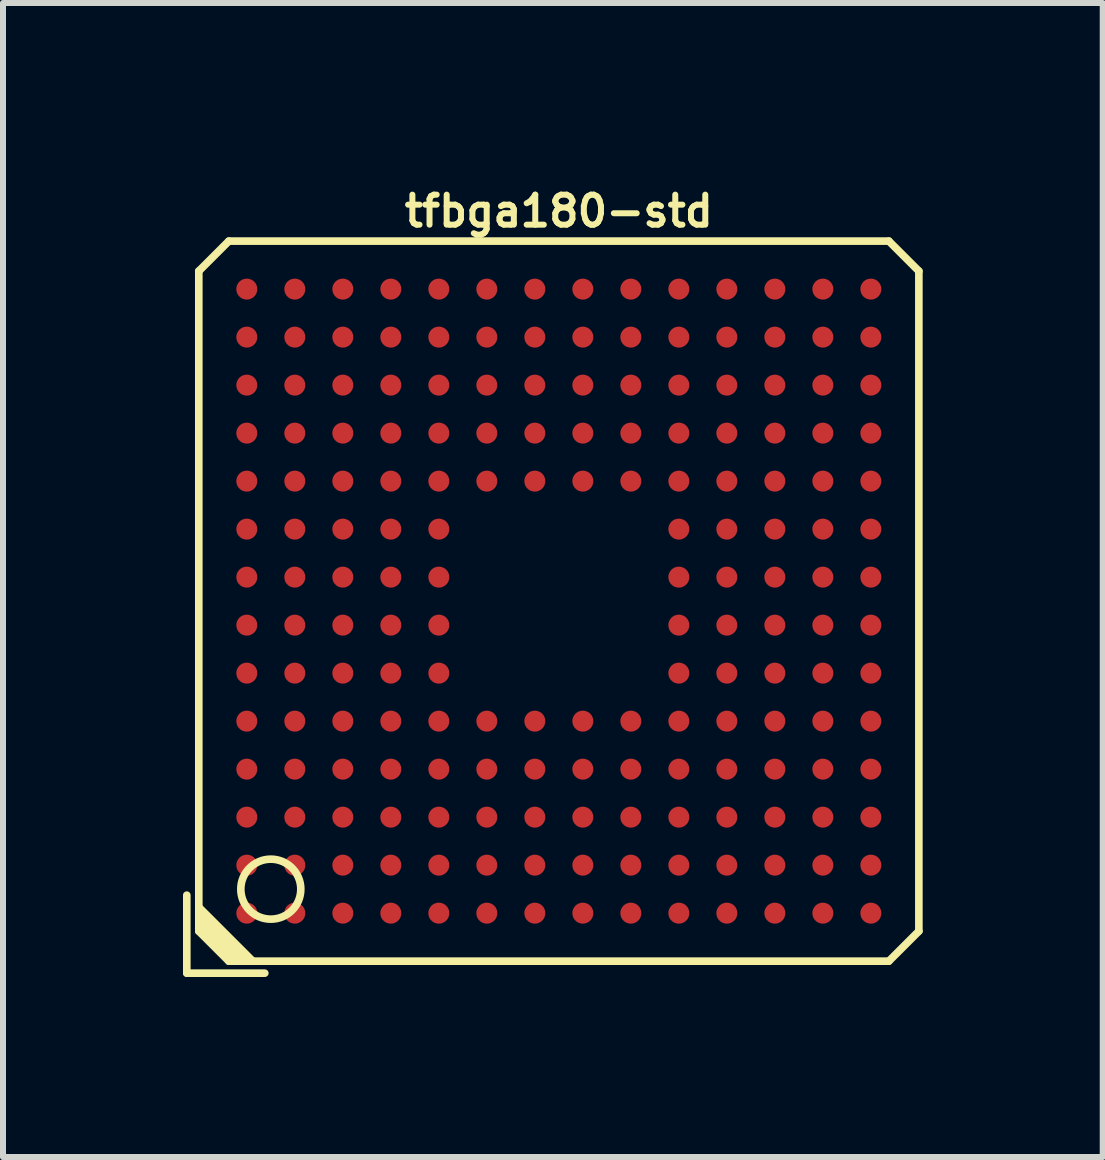
<source format=kicad_pcb>
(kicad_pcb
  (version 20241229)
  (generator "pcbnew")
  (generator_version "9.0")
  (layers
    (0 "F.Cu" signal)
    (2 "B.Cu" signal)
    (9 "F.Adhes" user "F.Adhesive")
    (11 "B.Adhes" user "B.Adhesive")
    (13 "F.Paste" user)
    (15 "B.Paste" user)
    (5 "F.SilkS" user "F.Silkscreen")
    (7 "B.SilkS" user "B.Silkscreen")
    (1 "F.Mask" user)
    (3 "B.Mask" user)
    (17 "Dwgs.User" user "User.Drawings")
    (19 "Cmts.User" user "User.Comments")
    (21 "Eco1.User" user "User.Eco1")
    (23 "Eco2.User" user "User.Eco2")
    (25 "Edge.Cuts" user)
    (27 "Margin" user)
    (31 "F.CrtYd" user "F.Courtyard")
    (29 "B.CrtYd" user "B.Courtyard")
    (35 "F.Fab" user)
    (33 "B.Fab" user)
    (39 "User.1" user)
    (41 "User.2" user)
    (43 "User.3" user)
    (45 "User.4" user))
  (footprint "tfbga180-std"
    (layer "F.Cu")
    (at 6.263 6.968)
    (property "Reference" "tfbga180-std" (at 0 -6.5 0) (layer "F.SilkS") (effects (font (size 0.5 0.5) (thickness 0.1))))
    (attr through_hole)
    (fp_line (start -6.2 4.9) (end -6.2 6.2) (stroke (width 0.127) (type solid)) (layer "F.SilkS"))
    (fp_line (start -6.2 6.2) (end -4.9 6.2) (stroke (width 0.127) (type solid)) (layer "F.SilkS"))
    (fp_line (start -6 -5.5) (end -5.5 -6) (stroke (width 0.127) (type solid)) (layer "F.SilkS"))
    (fp_line (start -6 5.2) (end -5.2 6) (stroke (width 0.127) (type solid)) (layer "F.SilkS"))
    (fp_line (start -6 5.4) (end -5.4 6) (stroke (width 0.127) (type solid)) (layer "F.SilkS"))
    (fp_line (start -6 5.5) (end -6 -5.5) (stroke (width 0.127) (type solid)) (layer "F.SilkS"))
    (fp_line (start -5.5 -6) (end 5.5 -6) (stroke (width 0.127) (type solid)) (layer "F.SilkS"))
    (fp_line (start -5.5 6) (end -6 5.5) (stroke (width 0.127) (type solid)) (layer "F.SilkS"))
    (fp_line (start -5.3 6) (end -6 5.3) (stroke (width 0.127) (type solid)) (layer "F.SilkS"))
    (fp_line (start -5.1 6) (end -6 5.1) (stroke (width 0.127) (type solid)) (layer "F.SilkS"))
    (fp_line (start 5.5 -6) (end 6 -5.5) (stroke (width 0.127) (type solid)) (layer "F.SilkS"))
    (fp_line (start 5.5 6) (end -5.5 6) (stroke (width 0.127) (type solid)) (layer "F.SilkS"))
    (fp_line (start 6 -5.5) (end 6 5.5) (stroke (width 0.127) (type solid)) (layer "F.SilkS"))
    (fp_line (start 6 5.5) (end 5.5 6) (stroke (width 0.127) (type solid)) (layer "F.SilkS"))
    (fp_circle (center -4.8 4.8) (end -5.2 5.1) (stroke (width 0.127) (type solid)) (fill no) (layer "F.SilkS"))
    (pad "A1" smd circle (at -5.2 5.2) (size 0.35 0.35) (layers "F.Cu" "F.Mask" "F.Paste"))
    (pad "A2" smd circle (at -5.2 4.4) (size 0.35 0.35) (layers "F.Cu" "F.Mask" "F.Paste"))
    (pad "A3" smd circle (at -5.2 3.6) (size 0.35 0.35) (layers "F.Cu" "F.Mask" "F.Paste"))
    (pad "A4" smd circle (at -5.2 2.8) (size 0.35 0.35) (layers "F.Cu" "F.Mask" "F.Paste"))
    (pad "A5" smd circle (at -5.2 2) (size 0.35 0.35) (layers "F.Cu" "F.Mask" "F.Paste"))
    (pad "A6" smd circle (at -5.2 1.2) (size 0.35 0.35) (layers "F.Cu" "F.Mask" "F.Paste"))
    (pad "A7" smd circle (at -5.2 0.4) (size 0.35 0.35) (layers "F.Cu" "F.Mask" "F.Paste"))
    (pad "A8" smd circle (at -5.2 -0.4) (size 0.35 0.35) (layers "F.Cu" "F.Mask" "F.Paste"))
    (pad "A9" smd circle (at -5.2 -1.2) (size 0.35 0.35) (layers "F.Cu" "F.Mask" "F.Paste"))
    (pad "A10" smd circle (at -5.2 -2) (size 0.35 0.35) (layers "F.Cu" "F.Mask" "F.Paste"))
    (pad "A11" smd circle (at -5.2 -2.8) (size 0.35 0.35) (layers "F.Cu" "F.Mask" "F.Paste"))
    (pad "A12" smd circle (at -5.2 -3.6) (size 0.35 0.35) (layers "F.Cu" "F.Mask" "F.Paste"))
    (pad "A13" smd circle (at -5.2 -4.4) (size 0.35 0.35) (layers "F.Cu" "F.Mask" "F.Paste"))
    (pad "A14" smd circle (at -5.2 -5.2) (size 0.35 0.35) (layers "F.Cu" "F.Mask" "F.Paste"))
    (pad "B1" smd circle (at -4.4 5.2) (size 0.35 0.35) (layers "F.Cu" "F.Mask" "F.Paste"))
    (pad "B2" smd circle (at -4.4 4.4) (size 0.35 0.35) (layers "F.Cu" "F.Mask" "F.Paste"))
    (pad "B3" smd circle (at -4.4 3.6) (size 0.35 0.35) (layers "F.Cu" "F.Mask" "F.Paste"))
    (pad "B4" smd circle (at -4.4 2.8) (size 0.35 0.35) (layers "F.Cu" "F.Mask" "F.Paste"))
    (pad "B5" smd circle (at -4.4 2) (size 0.35 0.35) (layers "F.Cu" "F.Mask" "F.Paste"))
    (pad "B6" smd circle (at -4.4 1.2) (size 0.35 0.35) (layers "F.Cu" "F.Mask" "F.Paste"))
    (pad "B7" smd circle (at -4.4 0.4) (size 0.35 0.35) (layers "F.Cu" "F.Mask" "F.Paste"))
    (pad "B8" smd circle (at -4.4 -0.4) (size 0.35 0.35) (layers "F.Cu" "F.Mask" "F.Paste"))
    (pad "B9" smd circle (at -4.4 -1.2) (size 0.35 0.35) (layers "F.Cu" "F.Mask" "F.Paste"))
    (pad "B10" smd circle (at -4.4 -2) (size 0.35 0.35) (layers "F.Cu" "F.Mask" "F.Paste"))
    (pad "B11" smd circle (at -4.4 -2.8) (size 0.35 0.35) (layers "F.Cu" "F.Mask" "F.Paste"))
    (pad "B12" smd circle (at -4.4 -3.6) (size 0.35 0.35) (layers "F.Cu" "F.Mask" "F.Paste"))
    (pad "B13" smd circle (at -4.4 -4.4) (size 0.35 0.35) (layers "F.Cu" "F.Mask" "F.Paste"))
    (pad "B14" smd circle (at -4.4 -5.2) (size 0.35 0.35) (layers "F.Cu" "F.Mask" "F.Paste"))
    (pad "C1" smd circle (at -3.6 5.2) (size 0.35 0.35) (layers "F.Cu" "F.Mask" "F.Paste"))
    (pad "C2" smd circle (at -3.6 4.4) (size 0.35 0.35) (layers "F.Cu" "F.Mask" "F.Paste"))
    (pad "C3" smd circle (at -3.6 3.6) (size 0.35 0.35) (layers "F.Cu" "F.Mask" "F.Paste"))
    (pad "C4" smd circle (at -3.6 2.8) (size 0.35 0.35) (layers "F.Cu" "F.Mask" "F.Paste"))
    (pad "C5" smd circle (at -3.6 2) (size 0.35 0.35) (layers "F.Cu" "F.Mask" "F.Paste"))
    (pad "C6" smd circle (at -3.6 1.2) (size 0.35 0.35) (layers "F.Cu" "F.Mask" "F.Paste"))
    (pad "C7" smd circle (at -3.6 0.4) (size 0.35 0.35) (layers "F.Cu" "F.Mask" "F.Paste"))
    (pad "C8" smd circle (at -3.6 -0.4) (size 0.35 0.35) (layers "F.Cu" "F.Mask" "F.Paste"))
    (pad "C9" smd circle (at -3.6 -1.2) (size 0.35 0.35) (layers "F.Cu" "F.Mask" "F.Paste"))
    (pad "C10" smd circle (at -3.6 -2) (size 0.35 0.35) (layers "F.Cu" "F.Mask" "F.Paste"))
    (pad "C11" smd circle (at -3.6 -2.8) (size 0.35 0.35) (layers "F.Cu" "F.Mask" "F.Paste"))
    (pad "C12" smd circle (at -3.6 -3.6) (size 0.35 0.35) (layers "F.Cu" "F.Mask" "F.Paste"))
    (pad "C13" smd circle (at -3.6 -4.4) (size 0.35 0.35) (layers "F.Cu" "F.Mask" "F.Paste"))
    (pad "C14" smd circle (at -3.6 -5.2) (size 0.35 0.35) (layers "F.Cu" "F.Mask" "F.Paste"))
    (pad "D1" smd circle (at -2.8 5.2) (size 0.35 0.35) (layers "F.Cu" "F.Mask" "F.Paste"))
    (pad "D2" smd circle (at -2.8 4.4) (size 0.35 0.35) (layers "F.Cu" "F.Mask" "F.Paste"))
    (pad "D3" smd circle (at -2.8 3.6) (size 0.35 0.35) (layers "F.Cu" "F.Mask" "F.Paste"))
    (pad "D4" smd circle (at -2.8 2.8) (size 0.35 0.35) (layers "F.Cu" "F.Mask" "F.Paste"))
    (pad "D5" smd circle (at -2.8 2) (size 0.35 0.35) (layers "F.Cu" "F.Mask" "F.Paste"))
    (pad "D6" smd circle (at -2.8 1.2) (size 0.35 0.35) (layers "F.Cu" "F.Mask" "F.Paste"))
    (pad "D7" smd circle (at -2.8 0.4) (size 0.35 0.35) (layers "F.Cu" "F.Mask" "F.Paste"))
    (pad "D8" smd circle (at -2.8 -0.4) (size 0.35 0.35) (layers "F.Cu" "F.Mask" "F.Paste"))
    (pad "D9" smd circle (at -2.8 -1.2) (size 0.35 0.35) (layers "F.Cu" "F.Mask" "F.Paste"))
    (pad "D10" smd circle (at -2.8 -2) (size 0.35 0.35) (layers "F.Cu" "F.Mask" "F.Paste"))
    (pad "D11" smd circle (at -2.8 -2.8) (size 0.35 0.35) (layers "F.Cu" "F.Mask" "F.Paste"))
    (pad "D12" smd circle (at -2.8 -3.6) (size 0.35 0.35) (layers "F.Cu" "F.Mask" "F.Paste"))
    (pad "D13" smd circle (at -2.8 -4.4) (size 0.35 0.35) (layers "F.Cu" "F.Mask" "F.Paste"))
    (pad "D14" smd circle (at -2.8 -5.2) (size 0.35 0.35) (layers "F.Cu" "F.Mask" "F.Paste"))
    (pad "E1" smd circle (at -2 5.2) (size 0.35 0.35) (layers "F.Cu" "F.Mask" "F.Paste"))
    (pad "E2" smd circle (at -2 4.4) (size 0.35 0.35) (layers "F.Cu" "F.Mask" "F.Paste"))
    (pad "E3" smd circle (at -2 3.6) (size 0.35 0.35) (layers "F.Cu" "F.Mask" "F.Paste"))
    (pad "E4" smd circle (at -2 2.8) (size 0.35 0.35) (layers "F.Cu" "F.Mask" "F.Paste"))
    (pad "E5" smd circle (at -2 2) (size 0.35 0.35) (layers "F.Cu" "F.Mask" "F.Paste"))
    (pad "E6" smd circle (at -2 1.2) (size 0.35 0.35) (layers "F.Cu" "F.Mask" "F.Paste"))
    (pad "E7" smd circle (at -2 0.4) (size 0.35 0.35) (layers "F.Cu" "F.Mask" "F.Paste"))
    (pad "E8" smd circle (at -2 -0.4) (size 0.35 0.35) (layers "F.Cu" "F.Mask" "F.Paste"))
    (pad "E9" smd circle (at -2 -1.2) (size 0.35 0.35) (layers "F.Cu" "F.Mask" "F.Paste"))
    (pad "E10" smd circle (at -2 -2) (size 0.35 0.35) (layers "F.Cu" "F.Mask" "F.Paste"))
    (pad "E11" smd circle (at -2 -2.8) (size 0.35 0.35) (layers "F.Cu" "F.Mask" "F.Paste"))
    (pad "E12" smd circle (at -2 -3.6) (size 0.35 0.35) (layers "F.Cu" "F.Mask" "F.Paste"))
    (pad "E13" smd circle (at -2 -4.4) (size 0.35 0.35) (layers "F.Cu" "F.Mask" "F.Paste"))
    (pad "E14" smd circle (at -2 -5.2) (size 0.35 0.35) (layers "F.Cu" "F.Mask" "F.Paste"))
    (pad "F1" smd circle (at -1.2 5.2) (size 0.35 0.35) (layers "F.Cu" "F.Mask" "F.Paste"))
    (pad "F2" smd circle (at -1.2 4.4) (size 0.35 0.35) (layers "F.Cu" "F.Mask" "F.Paste"))
    (pad "F3" smd circle (at -1.2 3.6) (size 0.35 0.35) (layers "F.Cu" "F.Mask" "F.Paste"))
    (pad "F4" smd circle (at -1.2 2.8) (size 0.35 0.35) (layers "F.Cu" "F.Mask" "F.Paste"))
    (pad "F5" smd circle (at -1.2 2) (size 0.35 0.35) (layers "F.Cu" "F.Mask" "F.Paste"))
    (pad "F10" smd circle (at -1.2 -2) (size 0.35 0.35) (layers "F.Cu" "F.Mask" "F.Paste"))
    (pad "F11" smd circle (at -1.2 -2.8) (size 0.35 0.35) (layers "F.Cu" "F.Mask" "F.Paste"))
    (pad "F12" smd circle (at -1.2 -3.6) (size 0.35 0.35) (layers "F.Cu" "F.Mask" "F.Paste"))
    (pad "F13" smd circle (at -1.2 -4.4) (size 0.35 0.35) (layers "F.Cu" "F.Mask" "F.Paste"))
    (pad "F14" smd circle (at -1.2 -5.2) (size 0.35 0.35) (layers "F.Cu" "F.Mask" "F.Paste"))
    (pad "G1" smd circle (at -0.4 5.2) (size 0.35 0.35) (layers "F.Cu" "F.Mask" "F.Paste"))
    (pad "G2" smd circle (at -0.4 4.4) (size 0.35 0.35) (layers "F.Cu" "F.Mask" "F.Paste"))
    (pad "G3" smd circle (at -0.4 3.6) (size 0.35 0.35) (layers "F.Cu" "F.Mask" "F.Paste"))
    (pad "G4" smd circle (at -0.4 2.8) (size 0.35 0.35) (layers "F.Cu" "F.Mask" "F.Paste"))
    (pad "G5" smd circle (at -0.4 2) (size 0.35 0.35) (layers "F.Cu" "F.Mask" "F.Paste"))
    (pad "G10" smd circle (at -0.4 -2) (size 0.35 0.35) (layers "F.Cu" "F.Mask" "F.Paste"))
    (pad "G11" smd circle (at -0.4 -2.8) (size 0.35 0.35) (layers "F.Cu" "F.Mask" "F.Paste"))
    (pad "G12" smd circle (at -0.4 -3.6) (size 0.35 0.35) (layers "F.Cu" "F.Mask" "F.Paste"))
    (pad "G13" smd circle (at -0.4 -4.4) (size 0.35 0.35) (layers "F.Cu" "F.Mask" "F.Paste"))
    (pad "G14" smd circle (at -0.4 -5.2) (size 0.35 0.35) (layers "F.Cu" "F.Mask" "F.Paste"))
    (pad "H1" smd circle (at 0.4 5.2) (size 0.35 0.35) (layers "F.Cu" "F.Mask" "F.Paste"))
    (pad "H2" smd circle (at 0.4 4.4) (size 0.35 0.35) (layers "F.Cu" "F.Mask" "F.Paste"))
    (pad "H3" smd circle (at 0.4 3.6) (size 0.35 0.35) (layers "F.Cu" "F.Mask" "F.Paste"))
    (pad "H4" smd circle (at 0.4 2.8) (size 0.35 0.35) (layers "F.Cu" "F.Mask" "F.Paste"))
    (pad "H5" smd circle (at 0.4 2) (size 0.35 0.35) (layers "F.Cu" "F.Mask" "F.Paste"))
    (pad "H10" smd circle (at 0.4 -2) (size 0.35 0.35) (layers "F.Cu" "F.Mask" "F.Paste"))
    (pad "H11" smd circle (at 0.4 -2.8) (size 0.35 0.35) (layers "F.Cu" "F.Mask" "F.Paste"))
    (pad "H12" smd circle (at 0.4 -3.6) (size 0.35 0.35) (layers "F.Cu" "F.Mask" "F.Paste"))
    (pad "H13" smd circle (at 0.4 -4.4) (size 0.35 0.35) (layers "F.Cu" "F.Mask" "F.Paste"))
    (pad "H14" smd circle (at 0.4 -5.2) (size 0.35 0.35) (layers "F.Cu" "F.Mask" "F.Paste"))
    (pad "J1" smd circle (at 1.2 5.2) (size 0.35 0.35) (layers "F.Cu" "F.Mask" "F.Paste"))
    (pad "J2" smd circle (at 1.2 4.4) (size 0.35 0.35) (layers "F.Cu" "F.Mask" "F.Paste"))
    (pad "J3" smd circle (at 1.2 3.6) (size 0.35 0.35) (layers "F.Cu" "F.Mask" "F.Paste"))
    (pad "J4" smd circle (at 1.2 2.8) (size 0.35 0.35) (layers "F.Cu" "F.Mask" "F.Paste"))
    (pad "J5" smd circle (at 1.2 2) (size 0.35 0.35) (layers "F.Cu" "F.Mask" "F.Paste"))
    (pad "J10" smd circle (at 1.2 -2) (size 0.35 0.35) (layers "F.Cu" "F.Mask" "F.Paste"))
    (pad "J11" smd circle (at 1.2 -2.8) (size 0.35 0.35) (layers "F.Cu" "F.Mask" "F.Paste"))
    (pad "J12" smd circle (at 1.2 -3.6) (size 0.35 0.35) (layers "F.Cu" "F.Mask" "F.Paste"))
    (pad "J13" smd circle (at 1.2 -4.4) (size 0.35 0.35) (layers "F.Cu" "F.Mask" "F.Paste"))
    (pad "J14" smd circle (at 1.2 -5.2) (size 0.35 0.35) (layers "F.Cu" "F.Mask" "F.Paste"))
    (pad "K1" smd circle (at 2 5.2) (size 0.35 0.35) (layers "F.Cu" "F.Mask" "F.Paste"))
    (pad "K2" smd circle (at 2 4.4) (size 0.35 0.35) (layers "F.Cu" "F.Mask" "F.Paste"))
    (pad "K3" smd circle (at 2 3.6) (size 0.35 0.35) (layers "F.Cu" "F.Mask" "F.Paste"))
    (pad "K4" smd circle (at 2 2.8) (size 0.35 0.35) (layers "F.Cu" "F.Mask" "F.Paste"))
    (pad "K5" smd circle (at 2 2) (size 0.35 0.35) (layers "F.Cu" "F.Mask" "F.Paste"))
    (pad "K6" smd circle (at 2 1.2) (size 0.35 0.35) (layers "F.Cu" "F.Mask" "F.Paste"))
    (pad "K7" smd circle (at 2 0.4) (size 0.35 0.35) (layers "F.Cu" "F.Mask" "F.Paste"))
    (pad "K8" smd circle (at 2 -0.4) (size 0.35 0.35) (layers "F.Cu" "F.Mask" "F.Paste"))
    (pad "K9" smd circle (at 2 -1.2) (size 0.35 0.35) (layers "F.Cu" "F.Mask" "F.Paste"))
    (pad "K10" smd circle (at 2 -2) (size 0.35 0.35) (layers "F.Cu" "F.Mask" "F.Paste"))
    (pad "K11" smd circle (at 2 -2.8) (size 0.35 0.35) (layers "F.Cu" "F.Mask" "F.Paste"))
    (pad "K12" smd circle (at 2 -3.6) (size 0.35 0.35) (layers "F.Cu" "F.Mask" "F.Paste"))
    (pad "K13" smd circle (at 2 -4.4) (size 0.35 0.35) (layers "F.Cu" "F.Mask" "F.Paste"))
    (pad "K14" smd circle (at 2 -5.2) (size 0.35 0.35) (layers "F.Cu" "F.Mask" "F.Paste"))
    (pad "L1" smd circle (at 2.8 5.2) (size 0.35 0.35) (layers "F.Cu" "F.Mask" "F.Paste"))
    (pad "L2" smd circle (at 2.8 4.4) (size 0.35 0.35) (layers "F.Cu" "F.Mask" "F.Paste"))
    (pad "L3" smd circle (at 2.8 3.6) (size 0.35 0.35) (layers "F.Cu" "F.Mask" "F.Paste"))
    (pad "L4" smd circle (at 2.8 2.8) (size 0.35 0.35) (layers "F.Cu" "F.Mask" "F.Paste"))
    (pad "L5" smd circle (at 2.8 2) (size 0.35 0.35) (layers "F.Cu" "F.Mask" "F.Paste"))
    (pad "L6" smd circle (at 2.8 1.2) (size 0.35 0.35) (layers "F.Cu" "F.Mask" "F.Paste"))
    (pad "L7" smd circle (at 2.8 0.4) (size 0.35 0.35) (layers "F.Cu" "F.Mask" "F.Paste"))
    (pad "L8" smd circle (at 2.8 -0.4) (size 0.35 0.35) (layers "F.Cu" "F.Mask" "F.Paste"))
    (pad "L9" smd circle (at 2.8 -1.2) (size 0.35 0.35) (layers "F.Cu" "F.Mask" "F.Paste"))
    (pad "L10" smd circle (at 2.8 -2) (size 0.35 0.35) (layers "F.Cu" "F.Mask" "F.Paste"))
    (pad "L11" smd circle (at 2.8 -2.8) (size 0.35 0.35) (layers "F.Cu" "F.Mask" "F.Paste"))
    (pad "L12" smd circle (at 2.8 -3.6) (size 0.35 0.35) (layers "F.Cu" "F.Mask" "F.Paste"))
    (pad "L13" smd circle (at 2.8 -4.4) (size 0.35 0.35) (layers "F.Cu" "F.Mask" "F.Paste"))
    (pad "L14" smd circle (at 2.8 -5.2) (size 0.35 0.35) (layers "F.Cu" "F.Mask" "F.Paste"))
    (pad "M1" smd circle (at 3.6 5.2) (size 0.35 0.35) (layers "F.Cu" "F.Mask" "F.Paste"))
    (pad "M2" smd circle (at 3.6 4.4) (size 0.35 0.35) (layers "F.Cu" "F.Mask" "F.Paste"))
    (pad "M3" smd circle (at 3.6 3.6) (size 0.35 0.35) (layers "F.Cu" "F.Mask" "F.Paste"))
    (pad "M4" smd circle (at 3.6 2.8) (size 0.35 0.35) (layers "F.Cu" "F.Mask" "F.Paste"))
    (pad "M5" smd circle (at 3.6 2) (size 0.35 0.35) (layers "F.Cu" "F.Mask" "F.Paste"))
    (pad "M6" smd circle (at 3.6 1.2) (size 0.35 0.35) (layers "F.Cu" "F.Mask" "F.Paste"))
    (pad "M7" smd circle (at 3.6 0.4) (size 0.35 0.35) (layers "F.Cu" "F.Mask" "F.Paste"))
    (pad "M8" smd circle (at 3.6 -0.4) (size 0.35 0.35) (layers "F.Cu" "F.Mask" "F.Paste"))
    (pad "M9" smd circle (at 3.6 -1.2) (size 0.35 0.35) (layers "F.Cu" "F.Mask" "F.Paste"))
    (pad "M10" smd circle (at 3.6 -2) (size 0.35 0.35) (layers "F.Cu" "F.Mask" "F.Paste"))
    (pad "M11" smd circle (at 3.6 -2.8) (size 0.35 0.35) (layers "F.Cu" "F.Mask" "F.Paste"))
    (pad "M12" smd circle (at 3.6 -3.6) (size 0.35 0.35) (layers "F.Cu" "F.Mask" "F.Paste"))
    (pad "M13" smd circle (at 3.6 -4.4) (size 0.35 0.35) (layers "F.Cu" "F.Mask" "F.Paste"))
    (pad "M14" smd circle (at 3.6 -5.2) (size 0.35 0.35) (layers "F.Cu" "F.Mask" "F.Paste"))
    (pad "N1" smd circle (at 4.4 5.2) (size 0.35 0.35) (layers "F.Cu" "F.Mask" "F.Paste"))
    (pad "N2" smd circle (at 4.4 4.4) (size 0.35 0.35) (layers "F.Cu" "F.Mask" "F.Paste"))
    (pad "N3" smd circle (at 4.4 3.6) (size 0.35 0.35) (layers "F.Cu" "F.Mask" "F.Paste"))
    (pad "N4" smd circle (at 4.4 2.8) (size 0.35 0.35) (layers "F.Cu" "F.Mask" "F.Paste"))
    (pad "N5" smd circle (at 4.4 2) (size 0.35 0.35) (layers "F.Cu" "F.Mask" "F.Paste"))
    (pad "N6" smd circle (at 4.4 1.2) (size 0.35 0.35) (layers "F.Cu" "F.Mask" "F.Paste"))
    (pad "N7" smd circle (at 4.4 0.4) (size 0.35 0.35) (layers "F.Cu" "F.Mask" "F.Paste"))
    (pad "N8" smd circle (at 4.4 -0.4) (size 0.35 0.35) (layers "F.Cu" "F.Mask" "F.Paste"))
    (pad "N9" smd circle (at 4.4 -1.2) (size 0.35 0.35) (layers "F.Cu" "F.Mask" "F.Paste"))
    (pad "N10" smd circle (at 4.4 -2) (size 0.35 0.35) (layers "F.Cu" "F.Mask" "F.Paste"))
    (pad "N11" smd circle (at 4.4 -2.8) (size 0.35 0.35) (layers "F.Cu" "F.Mask" "F.Paste"))
    (pad "N12" smd circle (at 4.4 -3.6) (size 0.35 0.35) (layers "F.Cu" "F.Mask" "F.Paste"))
    (pad "N13" smd circle (at 4.4 -4.4) (size 0.35 0.35) (layers "F.Cu" "F.Mask" "F.Paste"))
    (pad "N14" smd circle (at 4.4 -5.2) (size 0.35 0.35) (layers "F.Cu" "F.Mask" "F.Paste"))
    (pad "P1" smd circle (at 5.2 5.2) (size 0.35 0.35) (layers "F.Cu" "F.Mask" "F.Paste"))
    (pad "P2" smd circle (at 5.2 4.4) (size 0.35 0.35) (layers "F.Cu" "F.Mask" "F.Paste"))
    (pad "P3" smd circle (at 5.2 3.6) (size 0.35 0.35) (layers "F.Cu" "F.Mask" "F.Paste"))
    (pad "P4" smd circle (at 5.2 2.8) (size 0.35 0.35) (layers "F.Cu" "F.Mask" "F.Paste"))
    (pad "P5" smd circle (at 5.2 2) (size 0.35 0.35) (layers "F.Cu" "F.Mask" "F.Paste"))
    (pad "P6" smd circle (at 5.2 1.2) (size 0.35 0.35) (layers "F.Cu" "F.Mask" "F.Paste"))
    (pad "P7" smd circle (at 5.2 0.4) (size 0.35 0.35) (layers "F.Cu" "F.Mask" "F.Paste"))
    (pad "P8" smd circle (at 5.2 -0.4) (size 0.35 0.35) (layers "F.Cu" "F.Mask" "F.Paste"))
    (pad "P9" smd circle (at 5.2 -1.2) (size 0.35 0.35) (layers "F.Cu" "F.Mask" "F.Paste"))
    (pad "P10" smd circle (at 5.2 -2) (size 0.35 0.35) (layers "F.Cu" "F.Mask" "F.Paste"))
    (pad "P11" smd circle (at 5.2 -2.8) (size 0.35 0.35) (layers "F.Cu" "F.Mask" "F.Paste"))
    (pad "P12" smd circle (at 5.2 -3.6) (size 0.35 0.35) (layers "F.Cu" "F.Mask" "F.Paste"))
    (pad "P13" smd circle (at 5.2 -4.4) (size 0.35 0.35) (layers "F.Cu" "F.Mask" "F.Paste"))
    (pad "P14" smd circle (at 5.2 -5.2) (size 0.35 0.35) (layers "F.Cu" "F.Mask" "F.Paste")))
  (gr_rect
    (start -3 -3)
    (end 15.327 16.232)
    (stroke (width 0.1) (type default))
    (fill no)
    (layer "Edge.Cuts")))
</source>
